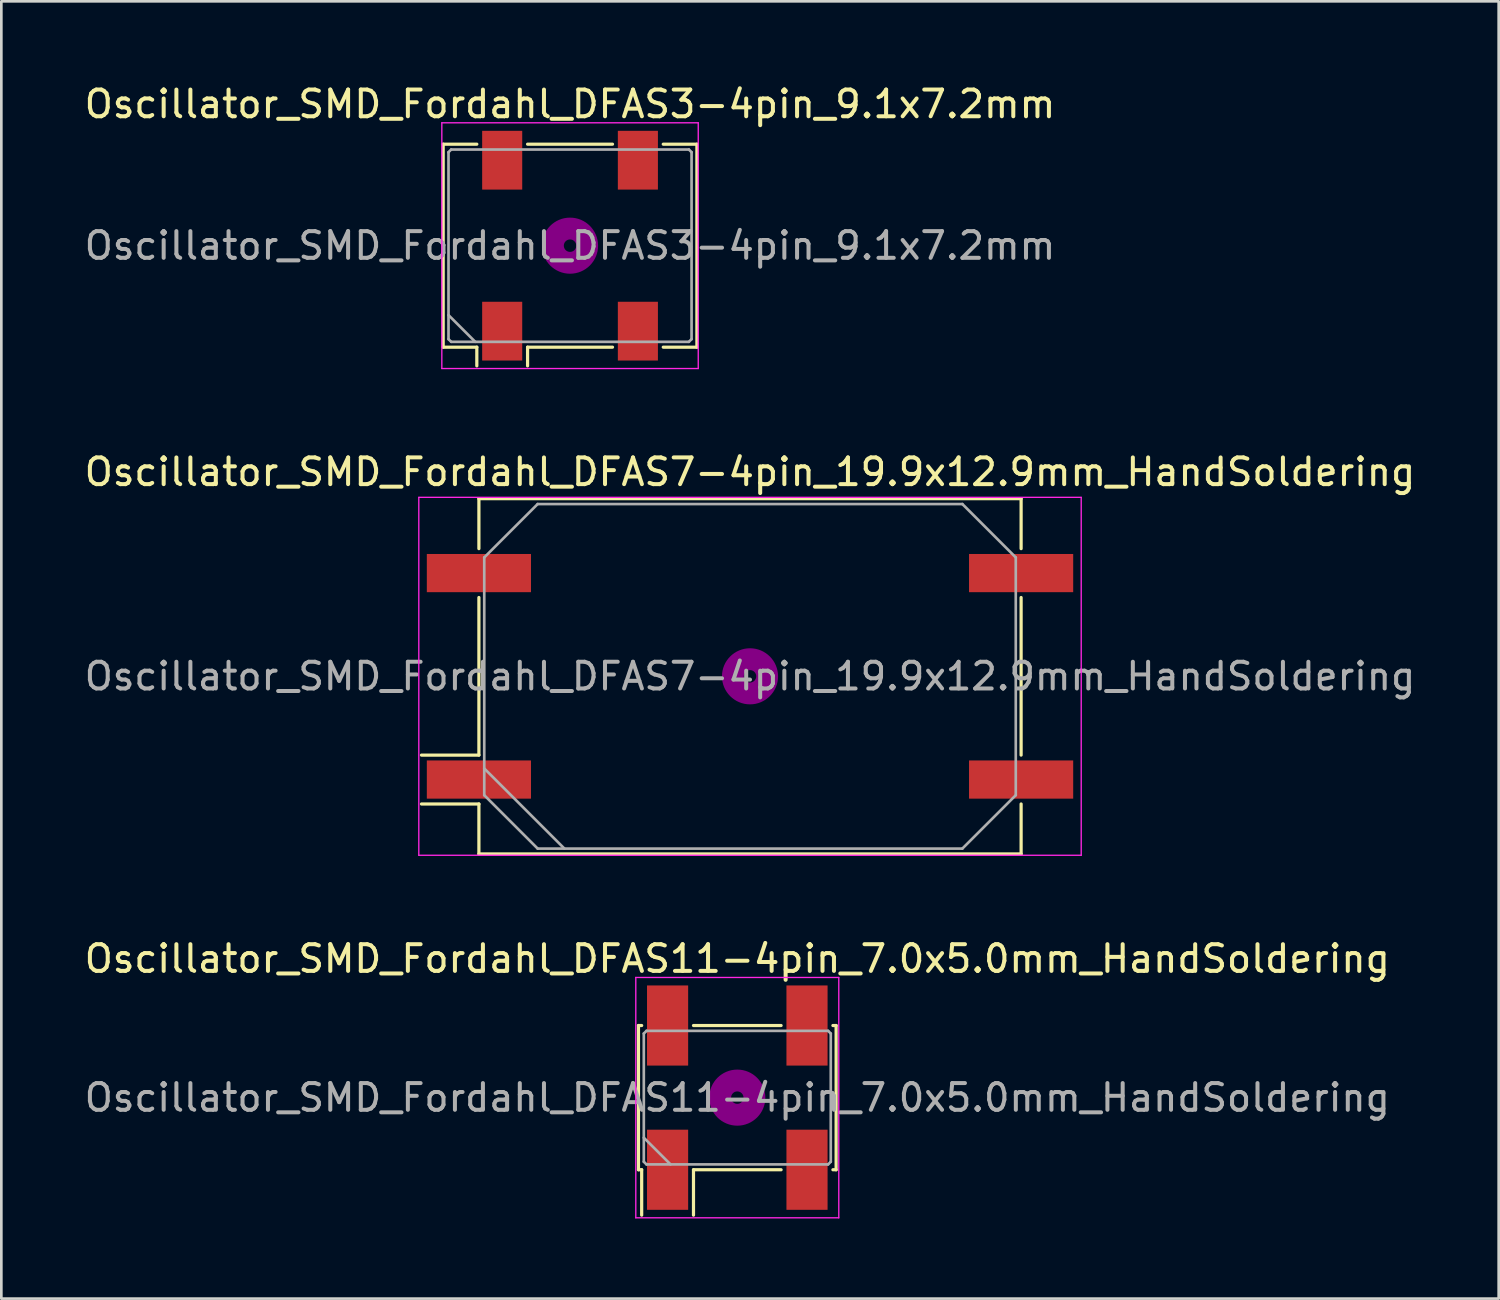
<source format=kicad_pcb>
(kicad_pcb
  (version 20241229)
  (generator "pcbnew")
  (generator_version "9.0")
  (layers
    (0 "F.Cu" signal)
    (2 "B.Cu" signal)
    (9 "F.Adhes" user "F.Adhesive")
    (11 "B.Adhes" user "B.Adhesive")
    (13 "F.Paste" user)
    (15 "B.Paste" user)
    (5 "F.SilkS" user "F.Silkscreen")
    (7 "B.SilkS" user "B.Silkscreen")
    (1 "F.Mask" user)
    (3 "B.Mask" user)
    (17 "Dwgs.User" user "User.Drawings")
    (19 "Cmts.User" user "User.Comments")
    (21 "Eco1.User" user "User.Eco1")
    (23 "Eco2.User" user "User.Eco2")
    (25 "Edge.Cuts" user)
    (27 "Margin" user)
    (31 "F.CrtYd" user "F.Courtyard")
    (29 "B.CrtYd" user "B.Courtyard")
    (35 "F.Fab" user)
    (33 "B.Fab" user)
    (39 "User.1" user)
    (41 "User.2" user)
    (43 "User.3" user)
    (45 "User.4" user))
  (footprint "Oscillator_SMD_Fordahl_DFAS3-4pin_9.1x7.2mm"
    (layer "F.Cu")
    (at 18.292 6.148)
    (property "Reference" "Oscillator_SMD_Fordahl_DFAS3-4pin_9.1x7.2mm" (at 0 -5.3 0) (layer "F.SilkS") (effects (font (size 1 1) (thickness 0.15))))
    (attr smd)
    (fp_line (start -4.75 -3.8) (end -3.49 -3.8) (stroke (width 0.12) (type solid)) (layer "F.SilkS"))
    (fp_line (start -4.75 3.8) (end -4.75 -3.8) (stroke (width 0.12) (type solid)) (layer "F.SilkS"))
    (fp_line (start -3.49 3.8) (end -4.75 3.8) (stroke (width 0.12) (type solid)) (layer "F.SilkS"))
    (fp_line (start -3.49 4.5) (end -3.49 3.8) (stroke (width 0.12) (type solid)) (layer "F.SilkS"))
    (fp_line (start -1.59 -3.8) (end 1.59 -3.8) (stroke (width 0.12) (type solid)) (layer "F.SilkS"))
    (fp_line (start -1.59 3.8) (end -1.59 4.5) (stroke (width 0.12) (type solid)) (layer "F.SilkS"))
    (fp_line (start 1.59 3.8) (end -1.59 3.8) (stroke (width 0.12) (type solid)) (layer "F.SilkS"))
    (fp_line (start 3.49 -3.8) (end 4.75 -3.8) (stroke (width 0.12) (type solid)) (layer "F.SilkS"))
    (fp_line (start 4.75 -3.8) (end 4.75 3.8) (stroke (width 0.12) (type solid)) (layer "F.SilkS"))
    (fp_line (start 4.75 3.8) (end 3.49 3.8) (stroke (width 0.12) (type solid)) (layer "F.SilkS"))
    (fp_circle (center 0 0) (end 0.233 0) (stroke (width 0.467) (type solid)) (fill no) (layer "F.Adhes"))
    (fp_circle (center 0 0) (end 0.533 0) (stroke (width 0.333) (type solid)) (fill no) (layer "F.Adhes"))
    (fp_circle (center 0 0) (end 0.833 0) (stroke (width 0.333) (type solid)) (fill no) (layer "F.Adhes"))
    (fp_circle (center 0 0) (end 1 0) (stroke (width 0.1) (type solid)) (fill no) (layer "F.Adhes"))
    (fp_line (start -4.8 -4.6) (end -4.8 4.6) (stroke (width 0.05) (type solid)) (layer "F.CrtYd"))
    (fp_line (start -4.8 4.6) (end 4.8 4.6) (stroke (width 0.05) (type solid)) (layer "F.CrtYd"))
    (fp_line (start 4.8 -4.6) (end -4.8 -4.6) (stroke (width 0.05) (type solid)) (layer "F.CrtYd"))
    (fp_line (start 4.8 4.6) (end 4.8 -4.6) (stroke (width 0.05) (type solid)) (layer "F.CrtYd"))
    (fp_line (start -4.55 -3.5) (end -4.45 -3.6) (stroke (width 0.1) (type solid)) (layer "F.Fab"))
    (fp_line (start -4.55 2.6) (end -3.55 3.6) (stroke (width 0.1) (type solid)) (layer "F.Fab"))
    (fp_line (start -4.55 3.5) (end -4.55 -3.5) (stroke (width 0.1) (type solid)) (layer "F.Fab"))
    (fp_line (start -4.45 -3.6) (end 4.45 -3.6) (stroke (width 0.1) (type solid)) (layer "F.Fab"))
    (fp_line (start -4.45 3.6) (end -4.55 3.5) (stroke (width 0.1) (type solid)) (layer "F.Fab"))
    (fp_line (start 4.45 -3.6) (end 4.55 -3.5) (stroke (width 0.1) (type solid)) (layer "F.Fab"))
    (fp_line (start 4.45 3.6) (end -4.45 3.6) (stroke (width 0.1) (type solid)) (layer "F.Fab"))
    (fp_line (start 4.55 -3.5) (end 4.55 3.5) (stroke (width 0.1) (type solid)) (layer "F.Fab"))
    (fp_line (start 4.55 3.5) (end 4.45 3.6) (stroke (width 0.1) (type solid)) (layer "F.Fab"))
    (fp_text user "${REFERENCE}" (at 0 0 0) (layer "F.Fab") (effects (font (size 1 1) (thickness 0.15))))
    (pad "1" smd rect (at -2.54 3.2) (size 1.5 2.2) (layers "F.Cu" "F.Mask" "F.Paste"))
    (pad "2" smd rect (at 2.54 3.2) (size 1.5 2.2) (layers "F.Cu" "F.Mask" "F.Paste"))
    (pad "3" smd rect (at 2.54 -3.2) (size 1.5 2.2) (layers "F.Cu" "F.Mask" "F.Paste"))
    (pad "4" smd rect (at -2.54 -3.2) (size 1.5 2.2) (layers "F.Cu" "F.Mask" "F.Paste")))
  (footprint "Oscillator_SMD_Fordahl_DFAS11-4pin_7.0x5.0mm_HandSoldering"
    (layer "F.Cu")
    (at 24.554 38.045)
    (property "Reference" "Oscillator_SMD_Fordahl_DFAS11-4pin_7.0x5.0mm_HandSoldering" (at 0 -5.2 0) (layer "F.SilkS") (effects (font (size 1 1) (thickness 0.15))))
    (attr smd)
    (fp_line (start -3.7 -2.7) (end -3.58 -2.7) (stroke (width 0.12) (type solid)) (layer "F.SilkS"))
    (fp_line (start -3.7 2.7) (end -3.7 -2.7) (stroke (width 0.12) (type solid)) (layer "F.SilkS"))
    (fp_line (start -3.58 2.7) (end -3.7 2.7) (stroke (width 0.12) (type solid)) (layer "F.SilkS"))
    (fp_line (start -3.58 4.4) (end -3.58 2.7) (stroke (width 0.12) (type solid)) (layer "F.SilkS"))
    (fp_line (start -1.64 -2.7) (end 1.64 -2.7) (stroke (width 0.12) (type solid)) (layer "F.SilkS"))
    (fp_line (start -1.64 2.7) (end -1.64 4.4) (stroke (width 0.12) (type solid)) (layer "F.SilkS"))
    (fp_line (start 1.64 2.7) (end -1.64 2.7) (stroke (width 0.12) (type solid)) (layer "F.SilkS"))
    (fp_line (start 3.58 -2.7) (end 3.7 -2.7) (stroke (width 0.12) (type solid)) (layer "F.SilkS"))
    (fp_line (start 3.7 -2.7) (end 3.7 2.7) (stroke (width 0.12) (type solid)) (layer "F.SilkS"))
    (fp_line (start 3.7 2.7) (end 3.58 2.7) (stroke (width 0.12) (type solid)) (layer "F.SilkS"))
    (fp_circle (center 0 0) (end 0.233 0) (stroke (width 0.467) (type solid)) (fill no) (layer "F.Adhes"))
    (fp_circle (center 0 0) (end 0.533 0) (stroke (width 0.333) (type solid)) (fill no) (layer "F.Adhes"))
    (fp_circle (center 0 0) (end 0.833 0) (stroke (width 0.333) (type solid)) (fill no) (layer "F.Adhes"))
    (fp_circle (center 0 0) (end 1 0) (stroke (width 0.1) (type solid)) (fill no) (layer "F.Adhes"))
    (fp_line (start -3.8 -4.5) (end -3.8 4.5) (stroke (width 0.05) (type solid)) (layer "F.CrtYd"))
    (fp_line (start -3.8 4.5) (end 3.8 4.5) (stroke (width 0.05) (type solid)) (layer "F.CrtYd"))
    (fp_line (start 3.8 -4.5) (end -3.8 -4.5) (stroke (width 0.05) (type solid)) (layer "F.CrtYd"))
    (fp_line (start 3.8 4.5) (end 3.8 -4.5) (stroke (width 0.05) (type solid)) (layer "F.CrtYd"))
    (fp_line (start -3.5 -2.4) (end -3.4 -2.5) (stroke (width 0.1) (type solid)) (layer "F.Fab"))
    (fp_line (start -3.5 1.5) (end -2.5 2.5) (stroke (width 0.1) (type solid)) (layer "F.Fab"))
    (fp_line (start -3.5 2.4) (end -3.5 -2.4) (stroke (width 0.1) (type solid)) (layer "F.Fab"))
    (fp_line (start -3.4 -2.5) (end 3.4 -2.5) (stroke (width 0.1) (type solid)) (layer "F.Fab"))
    (fp_line (start -3.4 2.5) (end -3.5 2.4) (stroke (width 0.1) (type solid)) (layer "F.Fab"))
    (fp_line (start 3.4 -2.5) (end 3.5 -2.4) (stroke (width 0.1) (type solid)) (layer "F.Fab"))
    (fp_line (start 3.4 2.5) (end -3.4 2.5) (stroke (width 0.1) (type solid)) (layer "F.Fab"))
    (fp_line (start 3.5 -2.4) (end 3.5 2.4) (stroke (width 0.1) (type solid)) (layer "F.Fab"))
    (fp_line (start 3.5 2.4) (end 3.4 2.5) (stroke (width 0.1) (type solid)) (layer "F.Fab"))
    (fp_text user "${REFERENCE}" (at 0 0 0) (layer "F.Fab") (effects (font (size 1 1) (thickness 0.15))))
    (pad "1" smd rect (at -2.61 2.7) (size 1.54 3) (layers "F.Cu" "F.Mask" "F.Paste"))
    (pad "2" smd rect (at 2.61 2.7) (size 1.54 3) (layers "F.Cu" "F.Mask" "F.Paste"))
    (pad "3" smd rect (at 2.61 -2.7) (size 1.54 3) (layers "F.Cu" "F.Mask" "F.Paste"))
    (pad "4" smd rect (at -2.61 -2.7) (size 1.54 3) (layers "F.Cu" "F.Mask" "F.Paste")))
  (footprint "Oscillator_SMD_Fordahl_DFAS7-4pin_19.9x12.9mm_HandSoldering"
    (layer "F.Cu")
    (at 25.03 22.271)
    (property "Reference" "Oscillator_SMD_Fordahl_DFAS7-4pin_19.9x12.9mm_HandSoldering" (at 0 -7.65 0) (layer "F.SilkS") (effects (font (size 1 1) (thickness 0.15))))
    (attr smd)
    (fp_line (start -12.3 2.95) (end -10.15 2.95) (stroke (width 0.12) (type solid)) (layer "F.SilkS"))
    (fp_line (start -12.3 4.78) (end -10.15 4.78) (stroke (width 0.12) (type solid)) (layer "F.SilkS"))
    (fp_line (start -10.15 -6.65) (end 10.15 -6.65) (stroke (width 0.12) (type solid)) (layer "F.SilkS"))
    (fp_line (start -10.15 -4.78) (end -10.15 -6.65) (stroke (width 0.12) (type solid)) (layer "F.SilkS"))
    (fp_line (start -10.15 2.95) (end -10.15 -2.95) (stroke (width 0.12) (type solid)) (layer "F.SilkS"))
    (fp_line (start -10.15 4.78) (end -10.15 6.65) (stroke (width 0.12) (type solid)) (layer "F.SilkS"))
    (fp_line (start -10.15 6.65) (end 10.15 6.65) (stroke (width 0.12) (type solid)) (layer "F.SilkS"))
    (fp_line (start 10.15 -6.65) (end 10.15 -4.78) (stroke (width 0.12) (type solid)) (layer "F.SilkS"))
    (fp_line (start 10.15 -2.95) (end 10.15 2.95) (stroke (width 0.12) (type solid)) (layer "F.SilkS"))
    (fp_line (start 10.15 6.65) (end 10.15 4.78) (stroke (width 0.12) (type solid)) (layer "F.SilkS"))
    (fp_circle (center 0 0) (end 0.233 0) (stroke (width 0.467) (type solid)) (fill no) (layer "F.Adhes"))
    (fp_circle (center 0 0) (end 0.533 0) (stroke (width 0.333) (type solid)) (fill no) (layer "F.Adhes"))
    (fp_circle (center 0 0) (end 0.833 0) (stroke (width 0.333) (type solid)) (fill no) (layer "F.Adhes"))
    (fp_circle (center 0 0) (end 1 0) (stroke (width 0.1) (type solid)) (fill no) (layer "F.Adhes"))
    (fp_line (start -12.4 -6.7) (end -12.4 6.7) (stroke (width 0.05) (type solid)) (layer "F.CrtYd"))
    (fp_line (start -12.4 6.7) (end 12.4 6.7) (stroke (width 0.05) (type solid)) (layer "F.CrtYd"))
    (fp_line (start 12.4 -6.7) (end -12.4 -6.7) (stroke (width 0.05) (type solid)) (layer "F.CrtYd"))
    (fp_line (start 12.4 6.7) (end 12.4 -6.7) (stroke (width 0.05) (type solid)) (layer "F.CrtYd"))
    (fp_line (start -9.95 -4.45) (end -7.95 -6.45) (stroke (width 0.1) (type solid)) (layer "F.Fab"))
    (fp_line (start -9.95 3.45) (end -6.95 6.45) (stroke (width 0.1) (type solid)) (layer "F.Fab"))
    (fp_line (start -9.95 4.45) (end -9.95 -4.45) (stroke (width 0.1) (type solid)) (layer "F.Fab"))
    (fp_line (start -7.95 -6.45) (end 7.95 -6.45) (stroke (width 0.1) (type solid)) (layer "F.Fab"))
    (fp_line (start -7.95 6.45) (end -9.95 4.45) (stroke (width 0.1) (type solid)) (layer "F.Fab"))
    (fp_line (start 7.95 -6.45) (end 9.95 -4.45) (stroke (width 0.1) (type solid)) (layer "F.Fab"))
    (fp_line (start 7.95 6.45) (end -7.95 6.45) (stroke (width 0.1) (type solid)) (layer "F.Fab"))
    (fp_line (start 9.95 -4.45) (end 9.95 4.45) (stroke (width 0.1) (type solid)) (layer "F.Fab"))
    (fp_line (start 9.95 4.45) (end 7.95 6.45) (stroke (width 0.1) (type solid)) (layer "F.Fab"))
    (fp_text user "${REFERENCE}" (at 0 0 0) (layer "F.Fab") (effects (font (size 1 1) (thickness 0.15))))
    (pad "1" smd rect (at -10.15 3.865) (size 3.9 1.43) (layers "F.Cu" "F.Mask" "F.Paste"))
    (pad "2" smd rect (at 10.15 3.865) (size 3.9 1.43) (layers "F.Cu" "F.Mask" "F.Paste"))
    (pad "3" smd rect (at 10.15 -3.865) (size 3.9 1.43) (layers "F.Cu" "F.Mask" "F.Paste"))
    (pad "4" smd rect (at -10.15 -3.865) (size 3.9 1.43) (layers "F.Cu" "F.Mask" "F.Paste")))
  (gr_rect
    (start -3 -3)
    (end 53.06 45.57)
    (stroke (width 0.1) (type default))
    (fill no)
    (layer "Edge.Cuts")))
</source>
